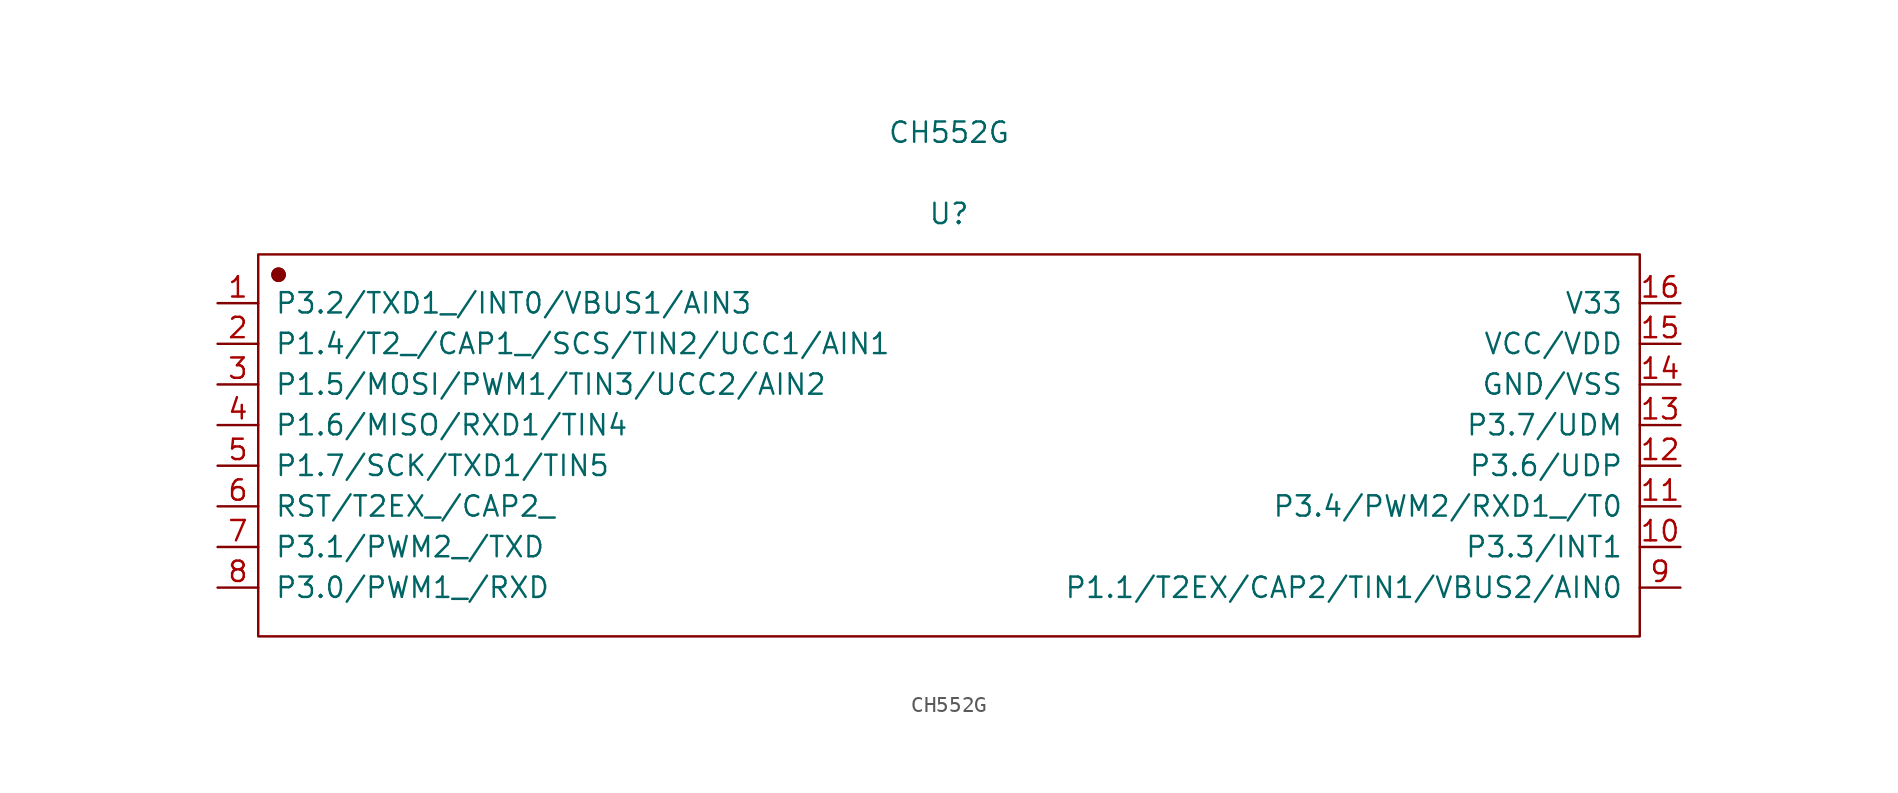
<source format=kicad_sym>
(kicad_symbol_lib
  (version 20220914)
  (generator kicad_symbol_editor)
  (symbol "CH552G"
    (pin_names
      (offset 1.016))
    (property "Reference" "U"
      (at 0 14.478 0)
      (effects (font (size 1.27 1.27))))
    (property "Value" "CH552G"
      (at 0 19.558 0)
      (effects (font (size 1.27 1.27))))
    (symbol "CH552G_1_1"
      (rectangle (start -43.18 11.938) (end 43.18 -11.938) (stroke (width 0.152) (type solid)) (fill (type none)))
      (circle (center -41.91 10.668) (radius 0.381) (stroke (width 0.152) (type solid)) (fill (type outline)))
      (circle (center -41.91 10.668) (radius 0.381) (stroke (width 0.152) (type solid)) (fill (type outline)))
      (pin bidirectional line (at -45.72 8.89 0) (length 2.54) (name "P3.2/TXD1_/INT0/VBUS1/AIN3" (effects (font (size 1.27 1.27)))) (number "1" (effects (font (size 1.27 1.27)))))
      (pin bidirectional line (at 45.72 -6.35 180) (length 2.54) (name "P3.3/INT1" (effects (font (size 1.27 1.27)))) (number "10" (effects (font (size 1.27 1.27)))))
      (pin bidirectional line (at 45.72 -3.81 180) (length 2.54) (name "P3.4/PWM2/RXD1_/T0" (effects (font (size 1.27 1.27)))) (number "11" (effects (font (size 1.27 1.27)))))
      (pin bidirectional line (at 45.72 -1.27 180) (length 2.54) (name "P3.6/UDP" (effects (font (size 1.27 1.27)))) (number "12" (effects (font (size 1.27 1.27)))))
      (pin bidirectional line (at 45.72 1.27 180) (length 2.54) (name "P3.7/UDM" (effects (font (size 1.27 1.27)))) (number "13" (effects (font (size 1.27 1.27)))))
      (pin power_in line (at 45.72 3.81 180) (length 2.54) (name "GND/VSS" (effects (font (size 1.27 1.27)))) (number "14" (effects (font (size 1.27 1.27)))))
      (pin power_in line (at 45.72 6.35 180) (length 2.54) (name "VCC/VDD" (effects (font (size 1.27 1.27)))) (number "15" (effects (font (size 1.27 1.27)))))
      (pin power_out line (at 45.72 8.89 180) (length 2.54) (name "V33" (effects (font (size 1.27 1.27)))) (number "16" (effects (font (size 1.27 1.27)))))
      (pin bidirectional line (at -45.72 6.35 0) (length 2.54) (name "P1.4/T2_/CAP1_/SCS/TIN2/UCC1/AIN1" (effects (font (size 1.27 1.27)))) (number "2" (effects (font (size 1.27 1.27)))))
      (pin bidirectional line (at -45.72 3.81 0) (length 2.54) (name "P1.5/MOSI/PWM1/TIN3/UCC2/AIN2" (effects (font (size 1.27 1.27)))) (number "3" (effects (font (size 1.27 1.27)))))
      (pin bidirectional line (at -45.72 1.27 0) (length 2.54) (name "P1.6/MISO/RXD1/TIN4" (effects (font (size 1.27 1.27)))) (number "4" (effects (font (size 1.27 1.27)))))
      (pin bidirectional line (at -45.72 -1.27 0) (length 2.54) (name "P1.7/SCK/TXD1/TIN5" (effects (font (size 1.27 1.27)))) (number "5" (effects (font (size 1.27 1.27)))))
      (pin bidirectional line (at -45.72 -3.81 0) (length 2.54) (name "RST/T2EX_/CAP2_" (effects (font (size 1.27 1.27)))) (number "6" (effects (font (size 1.27 1.27)))))
      (pin bidirectional line (at -45.72 -6.35 0) (length 2.54) (name "P3.1/PWM2_/TXD" (effects (font (size 1.27 1.27)))) (number "7" (effects (font (size 1.27 1.27)))))
      (pin bidirectional line (at -45.72 -8.89 0) (length 2.54) (name "P3.0/PWM1_/RXD" (effects (font (size 1.27 1.27)))) (number "8" (effects (font (size 1.27 1.27)))))
      (pin bidirectional line (at 45.72 -8.89 180) (length 2.54) (name "P1.1/T2EX/CAP2/TIN1/VBUS2/AIN0" (effects (font (size 1.27 1.27)))) (number "9" (effects (font (size 1.27 1.27))))))))
</source>
